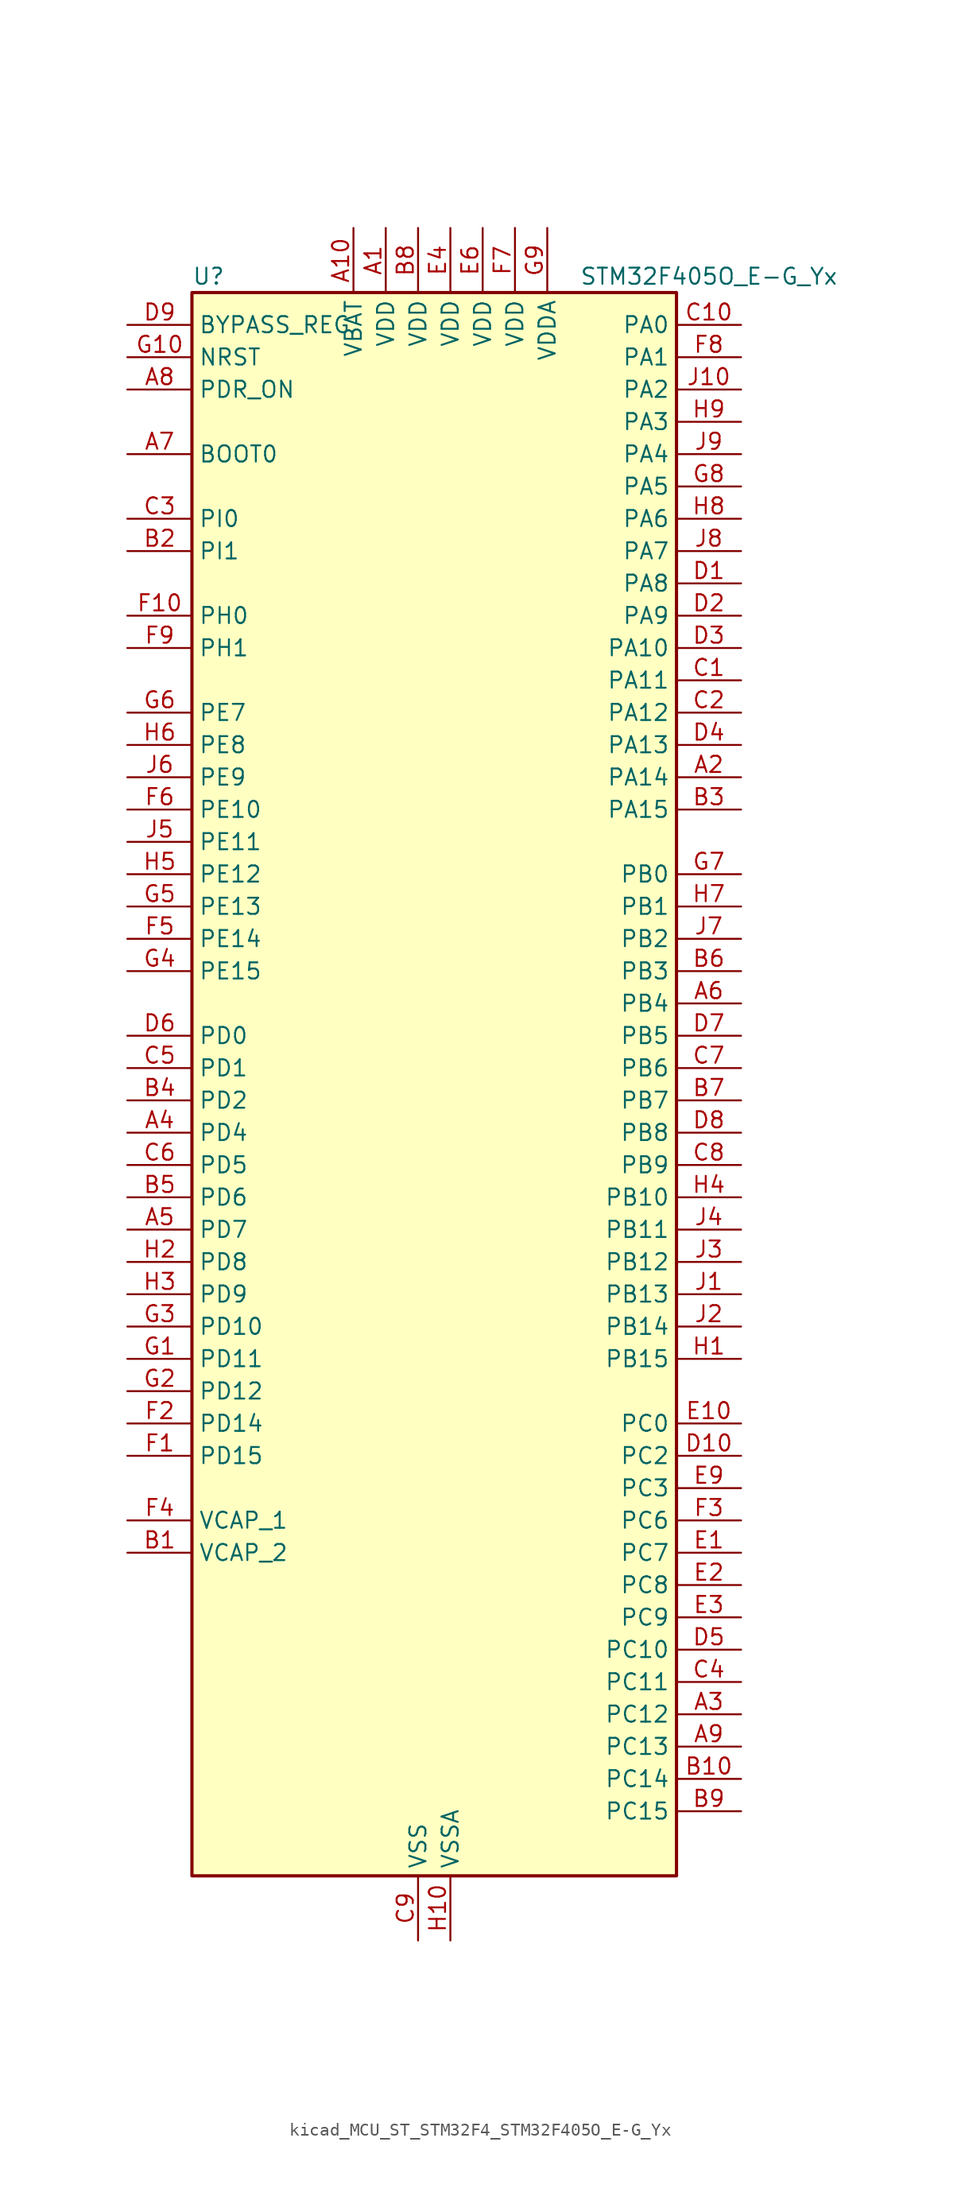
<source format=kicad_sym>
(kicad_symbol_lib
  (version 20220914)
  (generator kicad_symbol_editor)
  (symbol "kicad_MCU_ST_STM32F4_STM32F405O_E-G_Yx"
    (property "Reference" "U"
      (at -17.78 64.77 0)
      (effects (font (size 1.27 1.27)) (justify left)))
    (property "Value" "STM32F405O_E-G_Yx"
      (at 12.7 64.77 0)
      (effects (font (size 1.27 1.27)) (justify left)))
    (property "ki_locked" ""
      (at 0 0 0)
      (effects (font (size 1.27 1.27))))
    (symbol "kicad_MCU_ST_STM32F4_STM32F405O_E-G_Yx_0_1"
      (rectangle (start -17.78 -60.96) (end 20.32 63.5) (stroke (width 0.254) (type default)) (fill (type background))))
    (symbol "kicad_MCU_ST_STM32F4_STM32F405O_E-G_Yx_1_1"
      (pin power_in line (at -2.54 68.58 270) (length 5.08) (name "VDD" (effects (font (size 1.27 1.27)))) (number "A1" (effects (font (size 1.27 1.27)))))
      (pin power_in line (at -5.08 68.58 270) (length 5.08) (name "VBAT" (effects (font (size 1.27 1.27)))) (number "A10" (effects (font (size 1.27 1.27)))))
      (pin bidirectional line (at 25.4 25.4 180) (length 5.08) (name "PA14" (effects (font (size 1.27 1.27)))) (number "A2" (effects (font (size 1.27 1.27)))) (alternate "SYS_JTCK-SWCLK" bidirectional line))
      (pin bidirectional line (at 25.4 -48.26 180) (length 5.08) (name "PC12" (effects (font (size 1.27 1.27)))) (number "A3" (effects (font (size 1.27 1.27)))) (alternate "I2S3_SD" bidirectional line) (alternate "SDIO_CK" bidirectional line) (alternate "SPI3_MOSI" bidirectional line) (alternate "UART5_TX" bidirectional line) (alternate "USART3_CK" bidirectional line))
      (pin bidirectional line (at -22.86 -2.54 0) (length 5.08) (name "PD4" (effects (font (size 1.27 1.27)))) (number "A4" (effects (font (size 1.27 1.27)))) (alternate "FSMC_NOE" bidirectional line) (alternate "USART2_RTS" bidirectional line))
      (pin bidirectional line (at -22.86 -10.16 0) (length 5.08) (name "PD7" (effects (font (size 1.27 1.27)))) (number "A5" (effects (font (size 1.27 1.27)))) (alternate "FSMC_NCE2" bidirectional line) (alternate "FSMC_NE1" bidirectional line) (alternate "USART2_CK" bidirectional line))
      (pin bidirectional line (at 25.4 7.62 180) (length 5.08) (name "PB4" (effects (font (size 1.27 1.27)))) (number "A6" (effects (font (size 1.27 1.27)))) (alternate "I2S3_ext_SD" bidirectional line) (alternate "SPI1_MISO" bidirectional line) (alternate "SPI3_MISO" bidirectional line) (alternate "SYS_JTRST" bidirectional line) (alternate "TIM3_CH1" bidirectional line))
      (pin input line (at -22.86 50.8 0) (length 5.08) (name "BOOT0" (effects (font (size 1.27 1.27)))) (number "A7" (effects (font (size 1.27 1.27)))))
      (pin input line (at -22.86 55.88 0) (length 5.08) (name "PDR_ON" (effects (font (size 1.27 1.27)))) (number "A8" (effects (font (size 1.27 1.27)))))
      (pin bidirectional line (at 25.4 -50.8 180) (length 5.08) (name "PC13" (effects (font (size 1.27 1.27)))) (number "A9" (effects (font (size 1.27 1.27)))) (alternate "RTC_AF1" bidirectional line))
      (pin power_out line (at -22.86 -35.56 0) (length 5.08) (name "VCAP_2" (effects (font (size 1.27 1.27)))) (number "B1" (effects (font (size 1.27 1.27)))))
      (pin bidirectional line (at 25.4 -53.34 180) (length 5.08) (name "PC14" (effects (font (size 1.27 1.27)))) (number "B10" (effects (font (size 1.27 1.27)))) (alternate "RCC_OSC32_IN" bidirectional line))
      (pin bidirectional line (at -22.86 43.18 0) (length 5.08) (name "PI1" (effects (font (size 1.27 1.27)))) (number "B2" (effects (font (size 1.27 1.27)))) (alternate "I2S2_CK" bidirectional line) (alternate "SPI2_SCK" bidirectional line))
      (pin bidirectional line (at 25.4 22.86 180) (length 5.08) (name "PA15" (effects (font (size 1.27 1.27)))) (number "B3" (effects (font (size 1.27 1.27)))) (alternate "ADC1_EXTI15" bidirectional line) (alternate "ADC2_EXTI15" bidirectional line) (alternate "ADC3_EXTI15" bidirectional line) (alternate "I2S3_WS" bidirectional line) (alternate "SPI1_NSS" bidirectional line) (alternate "SPI3_NSS" bidirectional line) (alternate "SYS_JTDI" bidirectional line) (alternate "TIM2_CH1" bidirectional line) (alternate "TIM2_ETR" bidirectional line))
      (pin bidirectional line (at -22.86 0 0) (length 5.08) (name "PD2" (effects (font (size 1.27 1.27)))) (number "B4" (effects (font (size 1.27 1.27)))) (alternate "SDIO_CMD" bidirectional line) (alternate "TIM3_ETR" bidirectional line) (alternate "UART5_RX" bidirectional line))
      (pin bidirectional line (at -22.86 -7.62 0) (length 5.08) (name "PD6" (effects (font (size 1.27 1.27)))) (number "B5" (effects (font (size 1.27 1.27)))) (alternate "FSMC_NWAIT" bidirectional line) (alternate "USART2_RX" bidirectional line))
      (pin bidirectional line (at 25.4 10.16 180) (length 5.08) (name "PB3" (effects (font (size 1.27 1.27)))) (number "B6" (effects (font (size 1.27 1.27)))) (alternate "I2S3_CK" bidirectional line) (alternate "SPI1_SCK" bidirectional line) (alternate "SPI3_SCK" bidirectional line) (alternate "SYS_JTDO-SWO" bidirectional line) (alternate "TIM2_CH2" bidirectional line))
      (pin bidirectional line (at 25.4 0 180) (length 5.08) (name "PB7" (effects (font (size 1.27 1.27)))) (number "B7" (effects (font (size 1.27 1.27)))) (alternate "FSMC_NL" bidirectional line) (alternate "I2C1_SDA" bidirectional line) (alternate "TIM4_CH2" bidirectional line) (alternate "USART1_RX" bidirectional line))
      (pin power_in line (at 0 68.58 270) (length 5.08) (name "VDD" (effects (font (size 1.27 1.27)))) (number "B8" (effects (font (size 1.27 1.27)))))
      (pin bidirectional line (at 25.4 -55.88 180) (length 5.08) (name "PC15" (effects (font (size 1.27 1.27)))) (number "B9" (effects (font (size 1.27 1.27)))) (alternate "ADC1_EXTI15" bidirectional line) (alternate "ADC2_EXTI15" bidirectional line) (alternate "ADC3_EXTI15" bidirectional line) (alternate "RCC_OSC32_OUT" bidirectional line))
      (pin bidirectional line (at 25.4 33.02 180) (length 5.08) (name "PA11" (effects (font (size 1.27 1.27)))) (number "C1" (effects (font (size 1.27 1.27)))) (alternate "ADC1_EXTI11" bidirectional line) (alternate "ADC2_EXTI11" bidirectional line) (alternate "ADC3_EXTI11" bidirectional line) (alternate "CAN1_RX" bidirectional line) (alternate "TIM1_CH4" bidirectional line) (alternate "USART1_CTS" bidirectional line) (alternate "USB_OTG_FS_DM" bidirectional line))
      (pin bidirectional line (at 25.4 60.96 180) (length 5.08) (name "PA0" (effects (font (size 1.27 1.27)))) (number "C10" (effects (font (size 1.27 1.27)))) (alternate "ADC1_IN0" bidirectional line) (alternate "ADC2_IN0" bidirectional line) (alternate "ADC3_IN0" bidirectional line) (alternate "SYS_WKUP" bidirectional line) (alternate "TIM2_CH1" bidirectional line) (alternate "TIM2_ETR" bidirectional line) (alternate "TIM5_CH1" bidirectional line) (alternate "TIM8_ETR" bidirectional line) (alternate "UART4_TX" bidirectional line) (alternate "USART2_CTS" bidirectional line))
      (pin bidirectional line (at 25.4 30.48 180) (length 5.08) (name "PA12" (effects (font (size 1.27 1.27)))) (number "C2" (effects (font (size 1.27 1.27)))) (alternate "CAN1_TX" bidirectional line) (alternate "TIM1_ETR" bidirectional line) (alternate "USART1_RTS" bidirectional line) (alternate "USB_OTG_FS_DP" bidirectional line))
      (pin bidirectional line (at -22.86 45.72 0) (length 5.08) (name "PI0" (effects (font (size 1.27 1.27)))) (number "C3" (effects (font (size 1.27 1.27)))) (alternate "I2S2_WS" bidirectional line) (alternate "SPI2_NSS" bidirectional line) (alternate "TIM5_CH4" bidirectional line))
      (pin bidirectional line (at 25.4 -45.72 180) (length 5.08) (name "PC11" (effects (font (size 1.27 1.27)))) (number "C4" (effects (font (size 1.27 1.27)))) (alternate "ADC1_EXTI11" bidirectional line) (alternate "ADC2_EXTI11" bidirectional line) (alternate "ADC3_EXTI11" bidirectional line) (alternate "I2S3_ext_SD" bidirectional line) (alternate "SDIO_D3" bidirectional line) (alternate "SPI3_MISO" bidirectional line) (alternate "UART4_RX" bidirectional line) (alternate "USART3_RX" bidirectional line))
      (pin bidirectional line (at -22.86 2.54 0) (length 5.08) (name "PD1" (effects (font (size 1.27 1.27)))) (number "C5" (effects (font (size 1.27 1.27)))) (alternate "CAN1_TX" bidirectional line) (alternate "FSMC_D3" bidirectional line) (alternate "FSMC_DA3" bidirectional line))
      (pin bidirectional line (at -22.86 -5.08 0) (length 5.08) (name "PD5" (effects (font (size 1.27 1.27)))) (number "C6" (effects (font (size 1.27 1.27)))) (alternate "FSMC_NWE" bidirectional line) (alternate "USART2_TX" bidirectional line))
      (pin bidirectional line (at 25.4 2.54 180) (length 5.08) (name "PB6" (effects (font (size 1.27 1.27)))) (number "C7" (effects (font (size 1.27 1.27)))) (alternate "CAN2_TX" bidirectional line) (alternate "I2C1_SCL" bidirectional line) (alternate "TIM4_CH1" bidirectional line) (alternate "USART1_TX" bidirectional line))
      (pin bidirectional line (at 25.4 -5.08 180) (length 5.08) (name "PB9" (effects (font (size 1.27 1.27)))) (number "C8" (effects (font (size 1.27 1.27)))) (alternate "CAN1_TX" bidirectional line) (alternate "DAC_EXTI9" bidirectional line) (alternate "I2C1_SDA" bidirectional line) (alternate "I2S2_WS" bidirectional line) (alternate "SDIO_D5" bidirectional line) (alternate "SPI2_NSS" bidirectional line) (alternate "TIM11_CH1" bidirectional line) (alternate "TIM4_CH4" bidirectional line))
      (pin power_in line (at 0 -66.04 90) (length 5.08) (name "VSS" (effects (font (size 1.27 1.27)))) (number "C9" (effects (font (size 1.27 1.27)))))
      (pin bidirectional line (at 25.4 40.64 180) (length 5.08) (name "PA8" (effects (font (size 1.27 1.27)))) (number "D1" (effects (font (size 1.27 1.27)))) (alternate "I2C3_SCL" bidirectional line) (alternate "RCC_MCO_1" bidirectional line) (alternate "TIM1_CH1" bidirectional line) (alternate "USART1_CK" bidirectional line) (alternate "USB_OTG_FS_SOF" bidirectional line))
      (pin bidirectional line (at 25.4 -27.94 180) (length 5.08) (name "PC2" (effects (font (size 1.27 1.27)))) (number "D10" (effects (font (size 1.27 1.27)))) (alternate "ADC1_IN12" bidirectional line) (alternate "ADC2_IN12" bidirectional line) (alternate "ADC3_IN12" bidirectional line) (alternate "I2S2_ext_SD" bidirectional line) (alternate "SPI2_MISO" bidirectional line) (alternate "USB_OTG_HS_ULPI_DIR" bidirectional line))
      (pin bidirectional line (at 25.4 38.1 180) (length 5.08) (name "PA9" (effects (font (size 1.27 1.27)))) (number "D2" (effects (font (size 1.27 1.27)))) (alternate "DAC_EXTI9" bidirectional line) (alternate "I2C3_SMBA" bidirectional line) (alternate "TIM1_CH2" bidirectional line) (alternate "USART1_TX" bidirectional line) (alternate "USB_OTG_FS_VBUS" bidirectional line))
      (pin bidirectional line (at 25.4 35.56 180) (length 5.08) (name "PA10" (effects (font (size 1.27 1.27)))) (number "D3" (effects (font (size 1.27 1.27)))) (alternate "TIM1_CH3" bidirectional line) (alternate "USART1_RX" bidirectional line) (alternate "USB_OTG_FS_ID" bidirectional line))
      (pin bidirectional line (at 25.4 27.94 180) (length 5.08) (name "PA13" (effects (font (size 1.27 1.27)))) (number "D4" (effects (font (size 1.27 1.27)))) (alternate "SYS_JTMS-SWDIO" bidirectional line))
      (pin bidirectional line (at 25.4 -43.18 180) (length 5.08) (name "PC10" (effects (font (size 1.27 1.27)))) (number "D5" (effects (font (size 1.27 1.27)))) (alternate "I2S3_CK" bidirectional line) (alternate "SDIO_D2" bidirectional line) (alternate "SPI3_SCK" bidirectional line) (alternate "UART4_TX" bidirectional line) (alternate "USART3_TX" bidirectional line))
      (pin bidirectional line (at -22.86 5.08 0) (length 5.08) (name "PD0" (effects (font (size 1.27 1.27)))) (number "D6" (effects (font (size 1.27 1.27)))) (alternate "CAN1_RX" bidirectional line) (alternate "FSMC_D2" bidirectional line) (alternate "FSMC_DA2" bidirectional line))
      (pin bidirectional line (at 25.4 5.08 180) (length 5.08) (name "PB5" (effects (font (size 1.27 1.27)))) (number "D7" (effects (font (size 1.27 1.27)))) (alternate "CAN2_RX" bidirectional line) (alternate "I2C1_SMBA" bidirectional line) (alternate "I2S3_SD" bidirectional line) (alternate "SPI1_MOSI" bidirectional line) (alternate "SPI3_MOSI" bidirectional line) (alternate "TIM3_CH2" bidirectional line) (alternate "USB_OTG_HS_ULPI_D7" bidirectional line))
      (pin bidirectional line (at 25.4 -2.54 180) (length 5.08) (name "PB8" (effects (font (size 1.27 1.27)))) (number "D8" (effects (font (size 1.27 1.27)))) (alternate "CAN1_RX" bidirectional line) (alternate "I2C1_SCL" bidirectional line) (alternate "SDIO_D4" bidirectional line) (alternate "TIM10_CH1" bidirectional line) (alternate "TIM4_CH3" bidirectional line))
      (pin input line (at -22.86 60.96 0) (length 5.08) (name "BYPASS_REG" (effects (font (size 1.27 1.27)))) (number "D9" (effects (font (size 1.27 1.27)))))
      (pin bidirectional line (at 25.4 -35.56 180) (length 5.08) (name "PC7" (effects (font (size 1.27 1.27)))) (number "E1" (effects (font (size 1.27 1.27)))) (alternate "I2S3_MCK" bidirectional line) (alternate "SDIO_D7" bidirectional line) (alternate "TIM3_CH2" bidirectional line) (alternate "TIM8_CH2" bidirectional line) (alternate "USART6_RX" bidirectional line))
      (pin bidirectional line (at 25.4 -25.4 180) (length 5.08) (name "PC0" (effects (font (size 1.27 1.27)))) (number "E10" (effects (font (size 1.27 1.27)))) (alternate "ADC1_IN10" bidirectional line) (alternate "ADC2_IN10" bidirectional line) (alternate "ADC3_IN10" bidirectional line) (alternate "USB_OTG_HS_ULPI_STP" bidirectional line))
      (pin bidirectional line (at 25.4 -38.1 180) (length 5.08) (name "PC8" (effects (font (size 1.27 1.27)))) (number "E2" (effects (font (size 1.27 1.27)))) (alternate "SDIO_D0" bidirectional line) (alternate "TIM3_CH3" bidirectional line) (alternate "TIM8_CH3" bidirectional line) (alternate "USART6_CK" bidirectional line))
      (pin bidirectional line (at 25.4 -40.64 180) (length 5.08) (name "PC9" (effects (font (size 1.27 1.27)))) (number "E3" (effects (font (size 1.27 1.27)))) (alternate "DAC_EXTI9" bidirectional line) (alternate "I2C3_SDA" bidirectional line) (alternate "I2S_CKIN" bidirectional line) (alternate "RCC_MCO_2" bidirectional line) (alternate "SDIO_D1" bidirectional line) (alternate "TIM3_CH4" bidirectional line) (alternate "TIM8_CH4" bidirectional line))
      (pin power_in line (at 2.54 68.58 270) (length 5.08) (name "VDD" (effects (font (size 1.27 1.27)))) (number "E4" (effects (font (size 1.27 1.27)))))
      (pin passive line (at 0 -66.04 90) (length 5.08) hide (name "VSS" (effects (font (size 1.27 1.27)))) (number "E5" (effects (font (size 1.27 1.27)))))
      (pin power_in line (at 5.08 68.58 270) (length 5.08) (name "VDD" (effects (font (size 1.27 1.27)))) (number "E6" (effects (font (size 1.27 1.27)))))
      (pin passive line (at 0 -66.04 90) (length 5.08) hide (name "VSS" (effects (font (size 1.27 1.27)))) (number "E7" (effects (font (size 1.27 1.27)))))
      (pin passive line (at 0 -66.04 90) (length 5.08) hide (name "VSS" (effects (font (size 1.27 1.27)))) (number "E8" (effects (font (size 1.27 1.27)))))
      (pin bidirectional line (at 25.4 -30.48 180) (length 5.08) (name "PC3" (effects (font (size 1.27 1.27)))) (number "E9" (effects (font (size 1.27 1.27)))) (alternate "ADC1_IN13" bidirectional line) (alternate "ADC2_IN13" bidirectional line) (alternate "ADC3_IN13" bidirectional line) (alternate "I2S2_SD" bidirectional line) (alternate "SPI2_MOSI" bidirectional line) (alternate "USB_OTG_HS_ULPI_NXT" bidirectional line))
      (pin bidirectional line (at -22.86 -27.94 0) (length 5.08) (name "PD15" (effects (font (size 1.27 1.27)))) (number "F1" (effects (font (size 1.27 1.27)))) (alternate "ADC1_EXTI15" bidirectional line) (alternate "ADC2_EXTI15" bidirectional line) (alternate "ADC3_EXTI15" bidirectional line) (alternate "FSMC_D1" bidirectional line) (alternate "FSMC_DA1" bidirectional line) (alternate "TIM4_CH4" bidirectional line))
      (pin bidirectional line (at -22.86 38.1 0) (length 5.08) (name "PH0" (effects (font (size 1.27 1.27)))) (number "F10" (effects (font (size 1.27 1.27)))) (alternate "RCC_OSC_IN" bidirectional line))
      (pin bidirectional line (at -22.86 -25.4 0) (length 5.08) (name "PD14" (effects (font (size 1.27 1.27)))) (number "F2" (effects (font (size 1.27 1.27)))) (alternate "FSMC_D0" bidirectional line) (alternate "FSMC_DA0" bidirectional line) (alternate "TIM4_CH3" bidirectional line))
      (pin bidirectional line (at 25.4 -33.02 180) (length 5.08) (name "PC6" (effects (font (size 1.27 1.27)))) (number "F3" (effects (font (size 1.27 1.27)))) (alternate "I2S2_MCK" bidirectional line) (alternate "SDIO_D6" bidirectional line) (alternate "TIM3_CH1" bidirectional line) (alternate "TIM8_CH1" bidirectional line) (alternate "USART6_TX" bidirectional line))
      (pin power_out line (at -22.86 -33.02 0) (length 5.08) (name "VCAP_1" (effects (font (size 1.27 1.27)))) (number "F4" (effects (font (size 1.27 1.27)))))
      (pin bidirectional line (at -22.86 12.7 0) (length 5.08) (name "PE14" (effects (font (size 1.27 1.27)))) (number "F5" (effects (font (size 1.27 1.27)))) (alternate "FSMC_D11" bidirectional line) (alternate "FSMC_DA11" bidirectional line) (alternate "TIM1_CH4" bidirectional line))
      (pin bidirectional line (at -22.86 22.86 0) (length 5.08) (name "PE10" (effects (font (size 1.27 1.27)))) (number "F6" (effects (font (size 1.27 1.27)))) (alternate "FSMC_D7" bidirectional line) (alternate "FSMC_DA7" bidirectional line) (alternate "TIM1_CH2N" bidirectional line))
      (pin power_in line (at 7.62 68.58 270) (length 5.08) (name "VDD" (effects (font (size 1.27 1.27)))) (number "F7" (effects (font (size 1.27 1.27)))))
      (pin bidirectional line (at 25.4 58.42 180) (length 5.08) (name "PA1" (effects (font (size 1.27 1.27)))) (number "F8" (effects (font (size 1.27 1.27)))) (alternate "ADC1_IN1" bidirectional line) (alternate "ADC2_IN1" bidirectional line) (alternate "ADC3_IN1" bidirectional line) (alternate "TIM2_CH2" bidirectional line) (alternate "TIM5_CH2" bidirectional line) (alternate "UART4_RX" bidirectional line) (alternate "USART2_RTS" bidirectional line))
      (pin bidirectional line (at -22.86 35.56 0) (length 5.08) (name "PH1" (effects (font (size 1.27 1.27)))) (number "F9" (effects (font (size 1.27 1.27)))) (alternate "RCC_OSC_OUT" bidirectional line))
      (pin bidirectional line (at -22.86 -20.32 0) (length 5.08) (name "PD11" (effects (font (size 1.27 1.27)))) (number "G1" (effects (font (size 1.27 1.27)))) (alternate "ADC1_EXTI11" bidirectional line) (alternate "ADC2_EXTI11" bidirectional line) (alternate "ADC3_EXTI11" bidirectional line) (alternate "FSMC_A16" bidirectional line) (alternate "FSMC_CLE" bidirectional line) (alternate "USART3_CTS" bidirectional line))
      (pin input line (at -22.86 58.42 0) (length 5.08) (name "NRST" (effects (font (size 1.27 1.27)))) (number "G10" (effects (font (size 1.27 1.27)))))
      (pin bidirectional line (at -22.86 -22.86 0) (length 5.08) (name "PD12" (effects (font (size 1.27 1.27)))) (number "G2" (effects (font (size 1.27 1.27)))) (alternate "FSMC_A17" bidirectional line) (alternate "FSMC_ALE" bidirectional line) (alternate "TIM4_CH1" bidirectional line) (alternate "USART3_RTS" bidirectional line))
      (pin bidirectional line (at -22.86 -17.78 0) (length 5.08) (name "PD10" (effects (font (size 1.27 1.27)))) (number "G3" (effects (font (size 1.27 1.27)))) (alternate "FSMC_D15" bidirectional line) (alternate "FSMC_DA15" bidirectional line) (alternate "USART3_CK" bidirectional line))
      (pin bidirectional line (at -22.86 10.16 0) (length 5.08) (name "PE15" (effects (font (size 1.27 1.27)))) (number "G4" (effects (font (size 1.27 1.27)))) (alternate "ADC1_EXTI15" bidirectional line) (alternate "ADC2_EXTI15" bidirectional line) (alternate "ADC3_EXTI15" bidirectional line) (alternate "FSMC_D12" bidirectional line) (alternate "FSMC_DA12" bidirectional line) (alternate "TIM1_BKIN" bidirectional line))
      (pin bidirectional line (at -22.86 15.24 0) (length 5.08) (name "PE13" (effects (font (size 1.27 1.27)))) (number "G5" (effects (font (size 1.27 1.27)))) (alternate "FSMC_D10" bidirectional line) (alternate "FSMC_DA10" bidirectional line) (alternate "TIM1_CH3" bidirectional line))
      (pin bidirectional line (at -22.86 30.48 0) (length 5.08) (name "PE7" (effects (font (size 1.27 1.27)))) (number "G6" (effects (font (size 1.27 1.27)))) (alternate "FSMC_D4" bidirectional line) (alternate "FSMC_DA4" bidirectional line) (alternate "TIM1_ETR" bidirectional line))
      (pin bidirectional line (at 25.4 17.78 180) (length 5.08) (name "PB0" (effects (font (size 1.27 1.27)))) (number "G7" (effects (font (size 1.27 1.27)))) (alternate "ADC1_IN8" bidirectional line) (alternate "ADC2_IN8" bidirectional line) (alternate "TIM1_CH2N" bidirectional line) (alternate "TIM3_CH3" bidirectional line) (alternate "TIM8_CH2N" bidirectional line) (alternate "USB_OTG_HS_ULPI_D1" bidirectional line))
      (pin bidirectional line (at 25.4 48.26 180) (length 5.08) (name "PA5" (effects (font (size 1.27 1.27)))) (number "G8" (effects (font (size 1.27 1.27)))) (alternate "ADC1_IN5" bidirectional line) (alternate "ADC2_IN5" bidirectional line) (alternate "DAC_OUT2" bidirectional line) (alternate "SPI1_SCK" bidirectional line) (alternate "TIM2_CH1" bidirectional line) (alternate "TIM2_ETR" bidirectional line) (alternate "TIM8_CH1N" bidirectional line) (alternate "USB_OTG_HS_ULPI_CK" bidirectional line))
      (pin power_in line (at 10.16 68.58 270) (length 5.08) (name "VDDA" (effects (font (size 1.27 1.27)))) (number "G9" (effects (font (size 1.27 1.27)))))
      (pin bidirectional line (at 25.4 -20.32 180) (length 5.08) (name "PB15" (effects (font (size 1.27 1.27)))) (number "H1" (effects (font (size 1.27 1.27)))) (alternate "ADC1_EXTI15" bidirectional line) (alternate "ADC2_EXTI15" bidirectional line) (alternate "ADC3_EXTI15" bidirectional line) (alternate "I2S2_SD" bidirectional line) (alternate "RTC_REFIN" bidirectional line) (alternate "SPI2_MOSI" bidirectional line) (alternate "TIM12_CH2" bidirectional line) (alternate "TIM1_CH3N" bidirectional line) (alternate "TIM8_CH3N" bidirectional line) (alternate "USB_OTG_HS_DP" bidirectional line))
      (pin power_in line (at 2.54 -66.04 90) (length 5.08) (name "VSSA" (effects (font (size 1.27 1.27)))) (number "H10" (effects (font (size 1.27 1.27)))))
      (pin bidirectional line (at -22.86 -12.7 0) (length 5.08) (name "PD8" (effects (font (size 1.27 1.27)))) (number "H2" (effects (font (size 1.27 1.27)))) (alternate "FSMC_D13" bidirectional line) (alternate "FSMC_DA13" bidirectional line) (alternate "USART3_TX" bidirectional line))
      (pin bidirectional line (at -22.86 -15.24 0) (length 5.08) (name "PD9" (effects (font (size 1.27 1.27)))) (number "H3" (effects (font (size 1.27 1.27)))) (alternate "DAC_EXTI9" bidirectional line) (alternate "FSMC_D14" bidirectional line) (alternate "FSMC_DA14" bidirectional line) (alternate "USART3_RX" bidirectional line))
      (pin bidirectional line (at 25.4 -7.62 180) (length 5.08) (name "PB10" (effects (font (size 1.27 1.27)))) (number "H4" (effects (font (size 1.27 1.27)))) (alternate "I2C2_SCL" bidirectional line) (alternate "I2S2_CK" bidirectional line) (alternate "SPI2_SCK" bidirectional line) (alternate "TIM2_CH3" bidirectional line) (alternate "USART3_TX" bidirectional line) (alternate "USB_OTG_HS_ULPI_D3" bidirectional line))
      (pin bidirectional line (at -22.86 17.78 0) (length 5.08) (name "PE12" (effects (font (size 1.27 1.27)))) (number "H5" (effects (font (size 1.27 1.27)))) (alternate "FSMC_D9" bidirectional line) (alternate "FSMC_DA9" bidirectional line) (alternate "TIM1_CH3N" bidirectional line))
      (pin bidirectional line (at -22.86 27.94 0) (length 5.08) (name "PE8" (effects (font (size 1.27 1.27)))) (number "H6" (effects (font (size 1.27 1.27)))) (alternate "FSMC_D5" bidirectional line) (alternate "FSMC_DA5" bidirectional line) (alternate "TIM1_CH1N" bidirectional line))
      (pin bidirectional line (at 25.4 15.24 180) (length 5.08) (name "PB1" (effects (font (size 1.27 1.27)))) (number "H7" (effects (font (size 1.27 1.27)))) (alternate "ADC1_IN9" bidirectional line) (alternate "ADC2_IN9" bidirectional line) (alternate "TIM1_CH3N" bidirectional line) (alternate "TIM3_CH4" bidirectional line) (alternate "TIM8_CH3N" bidirectional line) (alternate "USB_OTG_HS_ULPI_D2" bidirectional line))
      (pin bidirectional line (at 25.4 45.72 180) (length 5.08) (name "PA6" (effects (font (size 1.27 1.27)))) (number "H8" (effects (font (size 1.27 1.27)))) (alternate "ADC1_IN6" bidirectional line) (alternate "ADC2_IN6" bidirectional line) (alternate "SPI1_MISO" bidirectional line) (alternate "TIM13_CH1" bidirectional line) (alternate "TIM1_BKIN" bidirectional line) (alternate "TIM3_CH1" bidirectional line) (alternate "TIM8_BKIN" bidirectional line))
      (pin bidirectional line (at 25.4 53.34 180) (length 5.08) (name "PA3" (effects (font (size 1.27 1.27)))) (number "H9" (effects (font (size 1.27 1.27)))) (alternate "ADC1_IN3" bidirectional line) (alternate "ADC2_IN3" bidirectional line) (alternate "ADC3_IN3" bidirectional line) (alternate "TIM2_CH4" bidirectional line) (alternate "TIM5_CH4" bidirectional line) (alternate "TIM9_CH2" bidirectional line) (alternate "USART2_RX" bidirectional line) (alternate "USB_OTG_HS_ULPI_D0" bidirectional line))
      (pin bidirectional line (at 25.4 -15.24 180) (length 5.08) (name "PB13" (effects (font (size 1.27 1.27)))) (number "J1" (effects (font (size 1.27 1.27)))) (alternate "CAN2_TX" bidirectional line) (alternate "I2S2_CK" bidirectional line) (alternate "SPI2_SCK" bidirectional line) (alternate "TIM1_CH1N" bidirectional line) (alternate "USART3_CTS" bidirectional line) (alternate "USB_OTG_HS_ULPI_D6" bidirectional line) (alternate "USB_OTG_HS_VBUS" bidirectional line))
      (pin bidirectional line (at 25.4 55.88 180) (length 5.08) (name "PA2" (effects (font (size 1.27 1.27)))) (number "J10" (effects (font (size 1.27 1.27)))) (alternate "ADC1_IN2" bidirectional line) (alternate "ADC2_IN2" bidirectional line) (alternate "ADC3_IN2" bidirectional line) (alternate "TIM2_CH3" bidirectional line) (alternate "TIM5_CH3" bidirectional line) (alternate "TIM9_CH1" bidirectional line) (alternate "USART2_TX" bidirectional line))
      (pin bidirectional line (at 25.4 -17.78 180) (length 5.08) (name "PB14" (effects (font (size 1.27 1.27)))) (number "J2" (effects (font (size 1.27 1.27)))) (alternate "I2S2_ext_SD" bidirectional line) (alternate "SPI2_MISO" bidirectional line) (alternate "TIM12_CH1" bidirectional line) (alternate "TIM1_CH2N" bidirectional line) (alternate "TIM8_CH2N" bidirectional line) (alternate "USART3_RTS" bidirectional line) (alternate "USB_OTG_HS_DM" bidirectional line))
      (pin bidirectional line (at 25.4 -12.7 180) (length 5.08) (name "PB12" (effects (font (size 1.27 1.27)))) (number "J3" (effects (font (size 1.27 1.27)))) (alternate "CAN2_RX" bidirectional line) (alternate "I2C2_SMBA" bidirectional line) (alternate "I2S2_WS" bidirectional line) (alternate "SPI2_NSS" bidirectional line) (alternate "TIM1_BKIN" bidirectional line) (alternate "USART3_CK" bidirectional line) (alternate "USB_OTG_HS_ID" bidirectional line) (alternate "USB_OTG_HS_ULPI_D5" bidirectional line))
      (pin bidirectional line (at 25.4 -10.16 180) (length 5.08) (name "PB11" (effects (font (size 1.27 1.27)))) (number "J4" (effects (font (size 1.27 1.27)))) (alternate "ADC1_EXTI11" bidirectional line) (alternate "ADC2_EXTI11" bidirectional line) (alternate "ADC3_EXTI11" bidirectional line) (alternate "I2C2_SDA" bidirectional line) (alternate "TIM2_CH4" bidirectional line) (alternate "USART3_RX" bidirectional line) (alternate "USB_OTG_HS_ULPI_D4" bidirectional line))
      (pin bidirectional line (at -22.86 20.32 0) (length 5.08) (name "PE11" (effects (font (size 1.27 1.27)))) (number "J5" (effects (font (size 1.27 1.27)))) (alternate "ADC1_EXTI11" bidirectional line) (alternate "ADC2_EXTI11" bidirectional line) (alternate "ADC3_EXTI11" bidirectional line) (alternate "FSMC_D8" bidirectional line) (alternate "FSMC_DA8" bidirectional line) (alternate "TIM1_CH2" bidirectional line))
      (pin bidirectional line (at -22.86 25.4 0) (length 5.08) (name "PE9" (effects (font (size 1.27 1.27)))) (number "J6" (effects (font (size 1.27 1.27)))) (alternate "DAC_EXTI9" bidirectional line) (alternate "FSMC_D6" bidirectional line) (alternate "FSMC_DA6" bidirectional line) (alternate "TIM1_CH1" bidirectional line))
      (pin bidirectional line (at 25.4 12.7 180) (length 5.08) (name "PB2" (effects (font (size 1.27 1.27)))) (number "J7" (effects (font (size 1.27 1.27)))))
      (pin bidirectional line (at 25.4 43.18 180) (length 5.08) (name "PA7" (effects (font (size 1.27 1.27)))) (number "J8" (effects (font (size 1.27 1.27)))) (alternate "ADC1_IN7" bidirectional line) (alternate "ADC2_IN7" bidirectional line) (alternate "SPI1_MOSI" bidirectional line) (alternate "TIM14_CH1" bidirectional line) (alternate "TIM1_CH1N" bidirectional line) (alternate "TIM3_CH2" bidirectional line) (alternate "TIM8_CH1N" bidirectional line))
      (pin bidirectional line (at 25.4 50.8 180) (length 5.08) (name "PA4" (effects (font (size 1.27 1.27)))) (number "J9" (effects (font (size 1.27 1.27)))) (alternate "ADC1_IN4" bidirectional line) (alternate "ADC2_IN4" bidirectional line) (alternate "DAC_OUT1" bidirectional line) (alternate "I2S3_WS" bidirectional line) (alternate "SPI1_NSS" bidirectional line) (alternate "SPI3_NSS" bidirectional line) (alternate "USART2_CK" bidirectional line) (alternate "USB_OTG_HS_SOF" bidirectional line)))))
</source>
